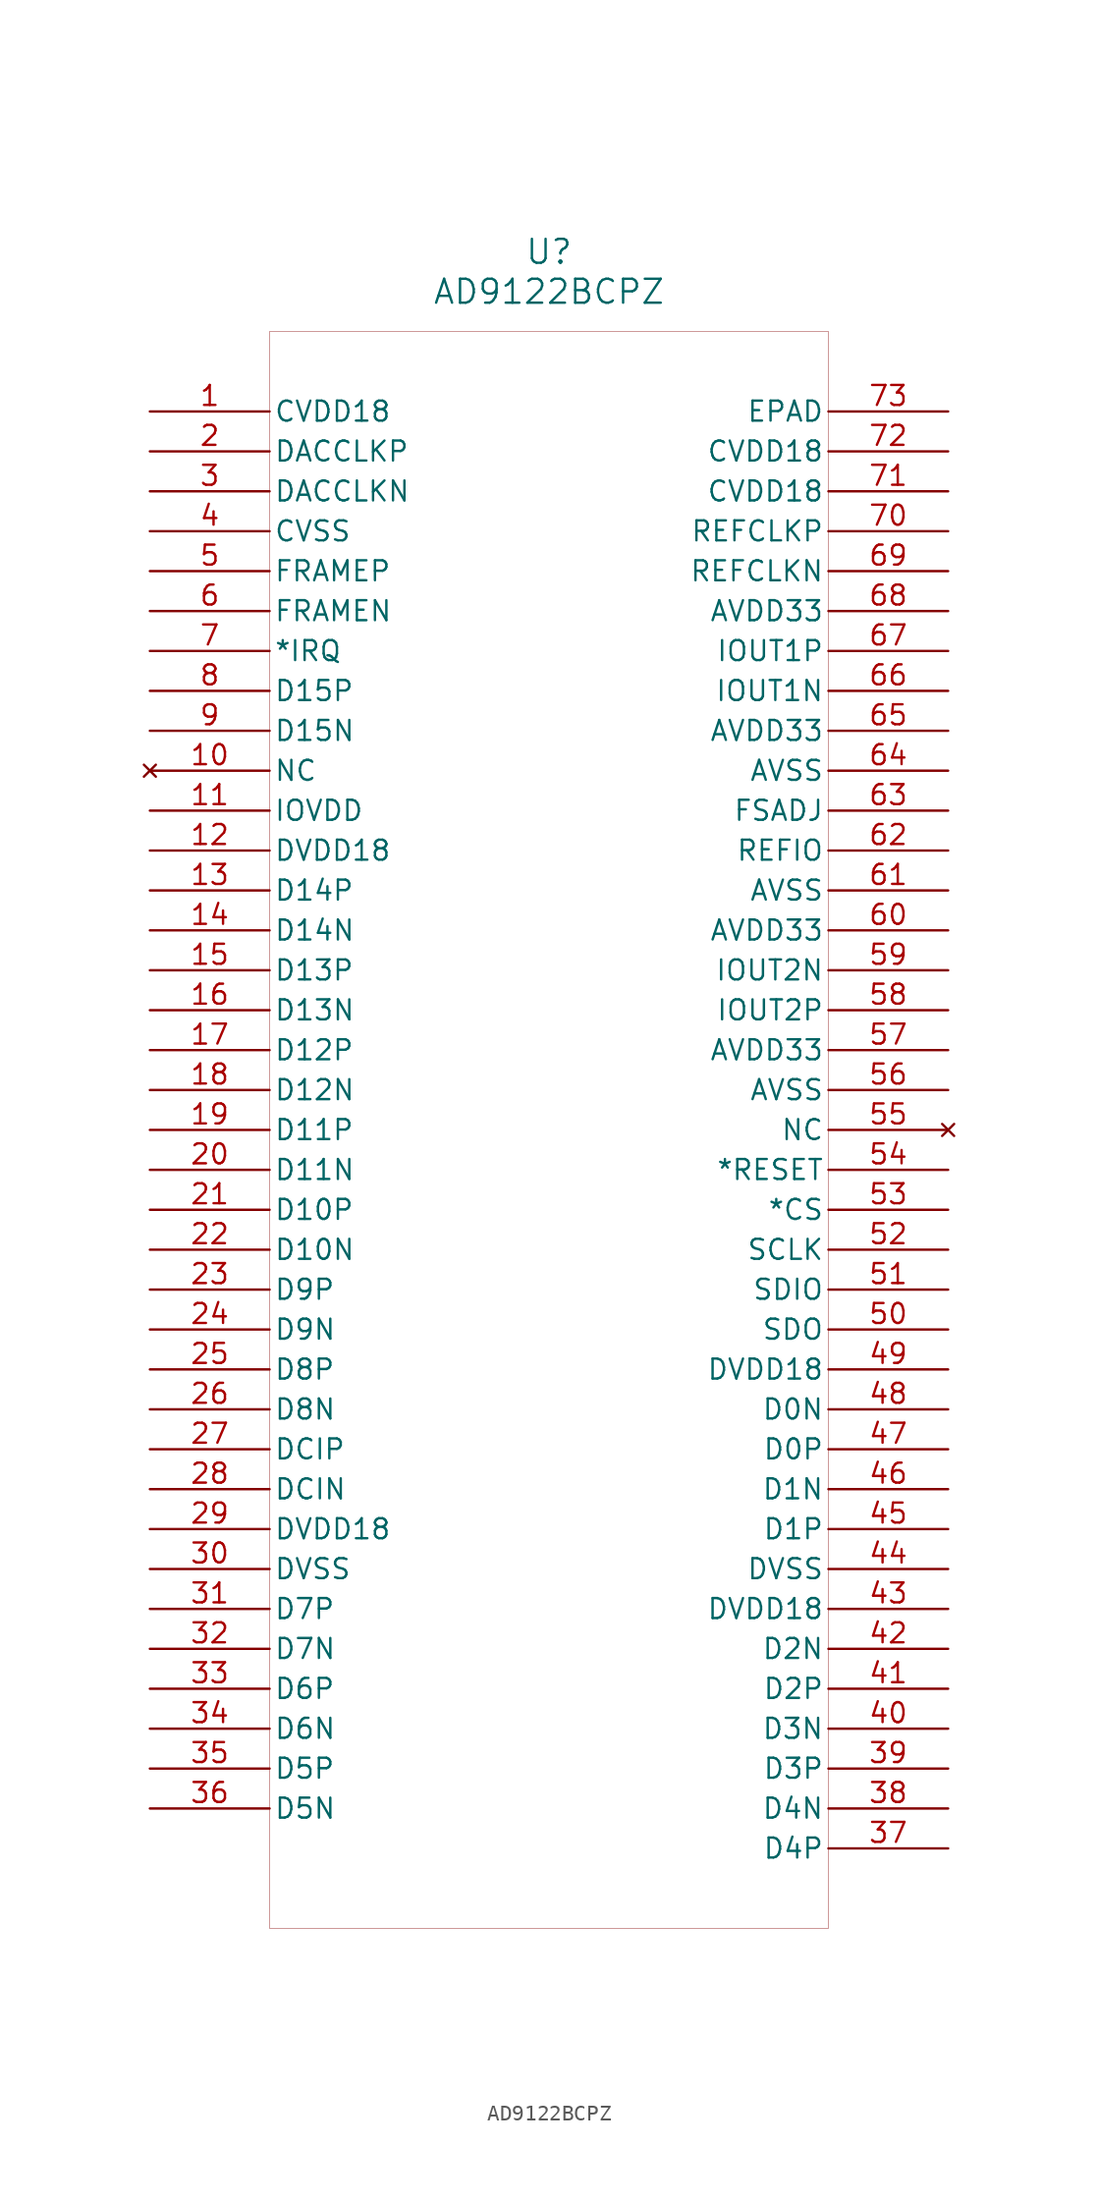
<source format=kicad_sym>
(kicad_symbol_lib
  (version 20211014)
  (generator kicad_symbol_editor)
  (symbol "AD9122BCPZ"
    (pin_names
      (offset 0.254))
    (property "Reference" "U"
      (at 25.4 10.16 0)
      (effects (font (size 1.524 1.524))))
    (property "Value" "AD9122BCPZ"
      (at 25.4 7.62 0)
      (effects (font (size 1.524 1.524))))
    (symbol "AD9122BCPZ_0_1"
      (polyline (pts (xy 7.62 5.08) (xy 7.62 -96.52)) (stroke (width 0.025) (type default) (color 0 0 0 0)) (fill (type none)))
      (polyline (pts (xy 7.62 -96.52) (xy 43.18 -96.52)) (stroke (width 0.025) (type default) (color 0 0 0 0)) (fill (type none)))
      (polyline (pts (xy 43.18 -96.52) (xy 43.18 5.08)) (stroke (width 0.025) (type default) (color 0 0 0 0)) (fill (type none)))
      (polyline (pts (xy 43.18 5.08) (xy 7.62 5.08)) (stroke (width 0.025) (type default) (color 0 0 0 0)) (fill (type none)))
      (pin power_in line (at 0 0 0) (length 7.62) (name "CVDD18" (effects (font (size 1.27 1.27)))) (number "1" (effects (font (size 1.27 1.27)))))
      (pin input line (at 0 -2.54 0) (length 7.62) (name "DACCLKP" (effects (font (size 1.27 1.27)))) (number "2" (effects (font (size 1.27 1.27)))))
      (pin input line (at 0 -5.08 0) (length 7.62) (name "DACCLKN" (effects (font (size 1.27 1.27)))) (number "3" (effects (font (size 1.27 1.27)))))
      (pin power_in line (at 0 -7.62 0) (length 7.62) (name "CVSS" (effects (font (size 1.27 1.27)))) (number "4" (effects (font (size 1.27 1.27)))))
      (pin input line (at 0 -10.16 0) (length 7.62) (name "FRAMEP" (effects (font (size 1.27 1.27)))) (number "5" (effects (font (size 1.27 1.27)))))
      (pin input line (at 0 -12.7 0) (length 7.62) (name "FRAMEN" (effects (font (size 1.27 1.27)))) (number "6" (effects (font (size 1.27 1.27)))))
      (pin output line (at 0 -15.24 0) (length 7.62) (name "*IRQ" (effects (font (size 1.27 1.27)))) (number "7" (effects (font (size 1.27 1.27)))))
      (pin unspecified line (at 0 -17.78 0) (length 7.62) (name "D15P" (effects (font (size 1.27 1.27)))) (number "8" (effects (font (size 1.27 1.27)))))
      (pin unspecified line (at 0 -20.32 0) (length 7.62) (name "D15N" (effects (font (size 1.27 1.27)))) (number "9" (effects (font (size 1.27 1.27)))))
      (pin no_connect line (at 0 -22.86 0) (length 7.62) (name "NC" (effects (font (size 1.27 1.27)))) (number "10" (effects (font (size 1.27 1.27)))))
      (pin power_in line (at 0 -25.4 0) (length 7.62) (name "IOVDD" (effects (font (size 1.27 1.27)))) (number "11" (effects (font (size 1.27 1.27)))))
      (pin power_in line (at 0 -27.94 0) (length 7.62) (name "DVDD18" (effects (font (size 1.27 1.27)))) (number "12" (effects (font (size 1.27 1.27)))))
      (pin unspecified line (at 0 -30.48 0) (length 7.62) (name "D14P" (effects (font (size 1.27 1.27)))) (number "13" (effects (font (size 1.27 1.27)))))
      (pin unspecified line (at 0 -33.02 0) (length 7.62) (name "D14N" (effects (font (size 1.27 1.27)))) (number "14" (effects (font (size 1.27 1.27)))))
      (pin unspecified line (at 0 -35.56 0) (length 7.62) (name "D13P" (effects (font (size 1.27 1.27)))) (number "15" (effects (font (size 1.27 1.27)))))
      (pin unspecified line (at 0 -38.1 0) (length 7.62) (name "D13N" (effects (font (size 1.27 1.27)))) (number "16" (effects (font (size 1.27 1.27)))))
      (pin unspecified line (at 0 -40.64 0) (length 7.62) (name "D12P" (effects (font (size 1.27 1.27)))) (number "17" (effects (font (size 1.27 1.27)))))
      (pin unspecified line (at 0 -43.18 0) (length 7.62) (name "D12N" (effects (font (size 1.27 1.27)))) (number "18" (effects (font (size 1.27 1.27)))))
      (pin unspecified line (at 0 -45.72 0) (length 7.62) (name "D11P" (effects (font (size 1.27 1.27)))) (number "19" (effects (font (size 1.27 1.27)))))
      (pin unspecified line (at 0 -48.26 0) (length 7.62) (name "D11N" (effects (font (size 1.27 1.27)))) (number "20" (effects (font (size 1.27 1.27)))))
      (pin unspecified line (at 0 -50.8 0) (length 7.62) (name "D10P" (effects (font (size 1.27 1.27)))) (number "21" (effects (font (size 1.27 1.27)))))
      (pin unspecified line (at 0 -53.34 0) (length 7.62) (name "D10N" (effects (font (size 1.27 1.27)))) (number "22" (effects (font (size 1.27 1.27)))))
      (pin unspecified line (at 0 -55.88 0) (length 7.62) (name "D9P" (effects (font (size 1.27 1.27)))) (number "23" (effects (font (size 1.27 1.27)))))
      (pin unspecified line (at 0 -58.42 0) (length 7.62) (name "D9N" (effects (font (size 1.27 1.27)))) (number "24" (effects (font (size 1.27 1.27)))))
      (pin unspecified line (at 0 -60.96 0) (length 7.62) (name "D8P" (effects (font (size 1.27 1.27)))) (number "25" (effects (font (size 1.27 1.27)))))
      (pin unspecified line (at 0 -63.5 0) (length 7.62) (name "D8N" (effects (font (size 1.27 1.27)))) (number "26" (effects (font (size 1.27 1.27)))))
      (pin input line (at 0 -66.04 0) (length 7.62) (name "DCIP" (effects (font (size 1.27 1.27)))) (number "27" (effects (font (size 1.27 1.27)))))
      (pin input line (at 0 -68.58 0) (length 7.62) (name "DCIN" (effects (font (size 1.27 1.27)))) (number "28" (effects (font (size 1.27 1.27)))))
      (pin power_in line (at 0 -71.12 0) (length 7.62) (name "DVDD18" (effects (font (size 1.27 1.27)))) (number "29" (effects (font (size 1.27 1.27)))))
      (pin power_in line (at 0 -73.66 0) (length 7.62) (name "DVSS" (effects (font (size 1.27 1.27)))) (number "30" (effects (font (size 1.27 1.27)))))
      (pin unspecified line (at 0 -76.2 0) (length 7.62) (name "D7P" (effects (font (size 1.27 1.27)))) (number "31" (effects (font (size 1.27 1.27)))))
      (pin unspecified line (at 0 -78.74 0) (length 7.62) (name "D7N" (effects (font (size 1.27 1.27)))) (number "32" (effects (font (size 1.27 1.27)))))
      (pin unspecified line (at 0 -81.28 0) (length 7.62) (name "D6P" (effects (font (size 1.27 1.27)))) (number "33" (effects (font (size 1.27 1.27)))))
      (pin unspecified line (at 0 -83.82 0) (length 7.62) (name "D6N" (effects (font (size 1.27 1.27)))) (number "34" (effects (font (size 1.27 1.27)))))
      (pin unspecified line (at 0 -86.36 0) (length 7.62) (name "D5P" (effects (font (size 1.27 1.27)))) (number "35" (effects (font (size 1.27 1.27)))))
      (pin unspecified line (at 0 -88.9 0) (length 7.62) (name "D5N" (effects (font (size 1.27 1.27)))) (number "36" (effects (font (size 1.27 1.27)))))
      (pin unspecified line (at 50.8 -91.44 180) (length 7.62) (name "D4P" (effects (font (size 1.27 1.27)))) (number "37" (effects (font (size 1.27 1.27)))))
      (pin unspecified line (at 50.8 -88.9 180) (length 7.62) (name "D4N" (effects (font (size 1.27 1.27)))) (number "38" (effects (font (size 1.27 1.27)))))
      (pin unspecified line (at 50.8 -86.36 180) (length 7.62) (name "D3P" (effects (font (size 1.27 1.27)))) (number "39" (effects (font (size 1.27 1.27)))))
      (pin unspecified line (at 50.8 -83.82 180) (length 7.62) (name "D3N" (effects (font (size 1.27 1.27)))) (number "40" (effects (font (size 1.27 1.27)))))
      (pin unspecified line (at 50.8 -81.28 180) (length 7.62) (name "D2P" (effects (font (size 1.27 1.27)))) (number "41" (effects (font (size 1.27 1.27)))))
      (pin unspecified line (at 50.8 -78.74 180) (length 7.62) (name "D2N" (effects (font (size 1.27 1.27)))) (number "42" (effects (font (size 1.27 1.27)))))
      (pin power_in line (at 50.8 -76.2 180) (length 7.62) (name "DVDD18" (effects (font (size 1.27 1.27)))) (number "43" (effects (font (size 1.27 1.27)))))
      (pin power_in line (at 50.8 -73.66 180) (length 7.62) (name "DVSS" (effects (font (size 1.27 1.27)))) (number "44" (effects (font (size 1.27 1.27)))))
      (pin unspecified line (at 50.8 -71.12 180) (length 7.62) (name "D1P" (effects (font (size 1.27 1.27)))) (number "45" (effects (font (size 1.27 1.27)))))
      (pin unspecified line (at 50.8 -68.58 180) (length 7.62) (name "D1N" (effects (font (size 1.27 1.27)))) (number "46" (effects (font (size 1.27 1.27)))))
      (pin unspecified line (at 50.8 -66.04 180) (length 7.62) (name "D0P" (effects (font (size 1.27 1.27)))) (number "47" (effects (font (size 1.27 1.27)))))
      (pin unspecified line (at 50.8 -63.5 180) (length 7.62) (name "D0N" (effects (font (size 1.27 1.27)))) (number "48" (effects (font (size 1.27 1.27)))))
      (pin power_in line (at 50.8 -60.96 180) (length 7.62) (name "DVDD18" (effects (font (size 1.27 1.27)))) (number "49" (effects (font (size 1.27 1.27)))))
      (pin output line (at 50.8 -58.42 180) (length 7.62) (name "SDO" (effects (font (size 1.27 1.27)))) (number "50" (effects (font (size 1.27 1.27)))))
      (pin bidirectional line (at 50.8 -55.88 180) (length 7.62) (name "SDIO" (effects (font (size 1.27 1.27)))) (number "51" (effects (font (size 1.27 1.27)))))
      (pin input line (at 50.8 -53.34 180) (length 7.62) (name "SCLK" (effects (font (size 1.27 1.27)))) (number "52" (effects (font (size 1.27 1.27)))))
      (pin unspecified line (at 50.8 -50.8 180) (length 7.62) (name "*CS" (effects (font (size 1.27 1.27)))) (number "53" (effects (font (size 1.27 1.27)))))
      (pin unspecified line (at 50.8 -48.26 180) (length 7.62) (name "*RESET" (effects (font (size 1.27 1.27)))) (number "54" (effects (font (size 1.27 1.27)))))
      (pin no_connect line (at 50.8 -45.72 180) (length 7.62) (name "NC" (effects (font (size 1.27 1.27)))) (number "55" (effects (font (size 1.27 1.27)))))
      (pin power_in line (at 50.8 -43.18 180) (length 7.62) (name "AVSS" (effects (font (size 1.27 1.27)))) (number "56" (effects (font (size 1.27 1.27)))))
      (pin power_in line (at 50.8 -40.64 180) (length 7.62) (name "AVDD33" (effects (font (size 1.27 1.27)))) (number "57" (effects (font (size 1.27 1.27)))))
      (pin output line (at 50.8 -38.1 180) (length 7.62) (name "IOUT2P" (effects (font (size 1.27 1.27)))) (number "58" (effects (font (size 1.27 1.27)))))
      (pin output line (at 50.8 -35.56 180) (length 7.62) (name "IOUT2N" (effects (font (size 1.27 1.27)))) (number "59" (effects (font (size 1.27 1.27)))))
      (pin power_in line (at 50.8 -33.02 180) (length 7.62) (name "AVDD33" (effects (font (size 1.27 1.27)))) (number "60" (effects (font (size 1.27 1.27)))))
      (pin power_in line (at 50.8 -30.48 180) (length 7.62) (name "AVSS" (effects (font (size 1.27 1.27)))) (number "61" (effects (font (size 1.27 1.27)))))
      (pin power_in line (at 50.8 -27.94 180) (length 7.62) (name "REFIO" (effects (font (size 1.27 1.27)))) (number "62" (effects (font (size 1.27 1.27)))))
      (pin unspecified line (at 50.8 -25.4 180) (length 7.62) (name "FSADJ" (effects (font (size 1.27 1.27)))) (number "63" (effects (font (size 1.27 1.27)))))
      (pin power_in line (at 50.8 -22.86 180) (length 7.62) (name "AVSS" (effects (font (size 1.27 1.27)))) (number "64" (effects (font (size 1.27 1.27)))))
      (pin power_in line (at 50.8 -20.32 180) (length 7.62) (name "AVDD33" (effects (font (size 1.27 1.27)))) (number "65" (effects (font (size 1.27 1.27)))))
      (pin output line (at 50.8 -17.78 180) (length 7.62) (name "IOUT1N" (effects (font (size 1.27 1.27)))) (number "66" (effects (font (size 1.27 1.27)))))
      (pin output line (at 50.8 -15.24 180) (length 7.62) (name "IOUT1P" (effects (font (size 1.27 1.27)))) (number "67" (effects (font (size 1.27 1.27)))))
      (pin power_in line (at 50.8 -12.7 180) (length 7.62) (name "AVDD33" (effects (font (size 1.27 1.27)))) (number "68" (effects (font (size 1.27 1.27)))))
      (pin input line (at 50.8 -10.16 180) (length 7.62) (name "REFCLKN" (effects (font (size 1.27 1.27)))) (number "69" (effects (font (size 1.27 1.27)))))
      (pin input line (at 50.8 -7.62 180) (length 7.62) (name "REFCLKP" (effects (font (size 1.27 1.27)))) (number "70" (effects (font (size 1.27 1.27)))))
      (pin power_in line (at 50.8 -5.08 180) (length 7.62) (name "CVDD18" (effects (font (size 1.27 1.27)))) (number "71" (effects (font (size 1.27 1.27)))))
      (pin power_in line (at 50.8 -2.54 180) (length 7.62) (name "CVDD18" (effects (font (size 1.27 1.27)))) (number "72" (effects (font (size 1.27 1.27)))))
      (pin power_out line (at 50.8 0 180) (length 7.62) (name "EPAD" (effects (font (size 1.27 1.27)))) (number "73" (effects (font (size 1.27 1.27))))))))
</source>
